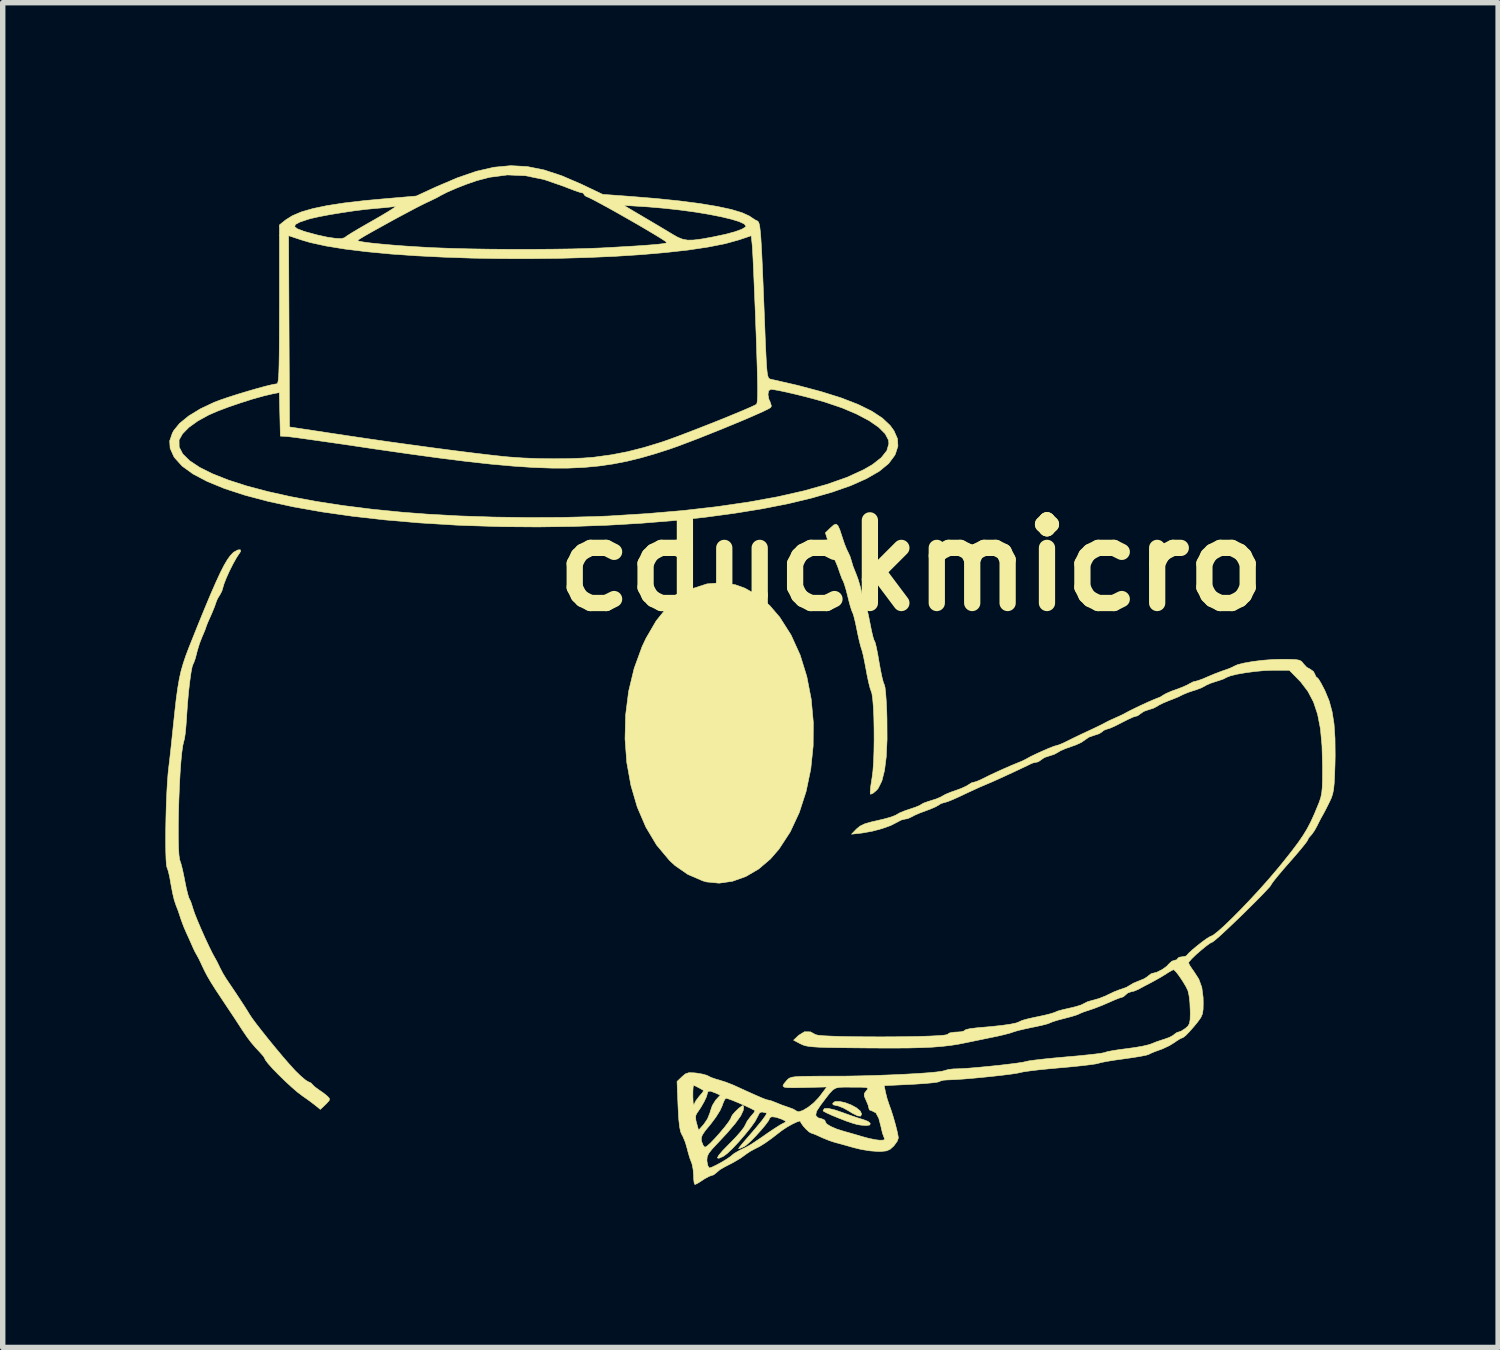
<source format=kicad_pcb>
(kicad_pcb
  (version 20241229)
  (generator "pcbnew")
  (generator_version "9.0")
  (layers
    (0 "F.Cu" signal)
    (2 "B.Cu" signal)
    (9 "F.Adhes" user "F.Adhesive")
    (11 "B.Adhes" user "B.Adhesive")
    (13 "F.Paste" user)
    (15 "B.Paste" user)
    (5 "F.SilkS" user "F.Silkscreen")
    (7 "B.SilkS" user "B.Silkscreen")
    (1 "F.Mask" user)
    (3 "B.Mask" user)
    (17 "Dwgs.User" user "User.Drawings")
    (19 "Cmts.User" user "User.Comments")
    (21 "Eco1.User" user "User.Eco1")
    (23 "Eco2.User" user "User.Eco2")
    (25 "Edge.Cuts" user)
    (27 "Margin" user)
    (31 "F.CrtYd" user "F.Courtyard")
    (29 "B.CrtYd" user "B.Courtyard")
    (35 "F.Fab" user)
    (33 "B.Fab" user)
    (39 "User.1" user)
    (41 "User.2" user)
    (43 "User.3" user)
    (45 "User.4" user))
  (footprint "cduckmicro"
    (layer "F.Cu")
    (at 13.753 7.38)
    (property "Reference" "cduckmicro" (at 0 0 0) (layer "F.SilkS") (effects (font (size 1.524 1.524) (thickness 0.3))))
    (attr through_hole)
    (fp_poly (pts (xy -1.217 9.904) (xy -1.107 9.946) (xy -1.009 9.999) (xy -0.939 10.059) (xy -0.914 10.114) (xy -0.932 10.152) (xy -0.987 10.147) (xy -1.085 10.098) (xy -1.151 10.057) (xy -1.253 10) (xy -1.345 9.964) (xy -1.383 9.957) (xy -1.441 9.942) (xy -1.447 9.914) (xy -1.404 9.882) (xy -1.322 9.881) (xy -1.217 9.904)) (stroke (width 0.01) (type solid)) (fill yes) (layer "F.SilkS"))
    (fp_poly (pts (xy -1.403 10.039) (xy -1.266 10.086) (xy -1.125 10.137) (xy -0.994 10.182) (xy -0.897 10.212) (xy -0.883 10.216) (xy -0.796 10.249) (xy -0.755 10.286) (xy -0.764 10.315) (xy -0.83 10.326) (xy -0.835 10.325) (xy -0.933 10.317) (xy -0.999 10.306) (xy -1.088 10.28) (xy -1.204 10.24) (xy -1.33 10.191) (xy -1.451 10.142) (xy -1.551 10.097) (xy -1.613 10.064) (xy -1.626 10.052) (xy -1.602 10.013) (xy -1.529 10.009) (xy -1.403 10.039)) (stroke (width 0.01) (type solid)) (fill yes) (layer "F.SilkS"))
    (fp_poly (pts (xy -3.246 0.352) (xy -3.067 0.416) (xy -2.823 0.555) (xy -2.611 0.734) (xy -2.424 0.952) (xy -2.215 1.281) (xy -2.048 1.649) (xy -1.925 2.046) (xy -1.844 2.463) (xy -1.805 2.893) (xy -1.808 3.325) (xy -1.852 3.752) (xy -1.938 4.164) (xy -2.064 4.553) (xy -2.231 4.911) (xy -2.438 5.228) (xy -2.595 5.409) (xy -2.812 5.594) (xy -3.049 5.733) (xy -3.296 5.821) (xy -3.543 5.856) (xy -3.776 5.833) (xy -3.844 5.813) (xy -4.12 5.694) (xy -4.358 5.529) (xy -4.457 5.437) (xy -4.695 5.153) (xy -4.893 4.822) (xy -5.052 4.452) (xy -5.169 4.052) (xy -5.245 3.63) (xy -5.277 3.195) (xy -5.266 2.755) (xy -5.211 2.319) (xy -5.109 1.895) (xy -4.962 1.492) (xy -4.889 1.338) (xy -4.703 1.019) (xy -4.494 0.761) (xy -4.258 0.558) (xy -4.011 0.416) (xy -3.766 0.337) (xy -3.504 0.316) (xy -3.246 0.352)) (stroke (width 0.01) (type solid)) (fill yes) (layer "F.SilkS"))
    (fp_poly (pts (xy -1.351 -0.737) (xy -1.316 -0.66) (xy -1.272 -0.525) (xy -1.267 -0.51) (xy -1.228 -0.394) (xy -1.188 -0.296) (xy -1.167 -0.254) (xy -1.128 -0.17) (xy -1.102 -0.086) (xy -1.073 0.011) (xy -1.028 0.125) (xy -1.017 0.151) (xy -0.976 0.262) (xy -0.935 0.403) (xy -0.913 0.5) (xy -0.888 0.609) (xy -0.865 0.685) (xy -0.848 0.711) (xy -0.832 0.742) (xy -0.809 0.826) (xy -0.782 0.949) (xy -0.762 1.05) (xy -0.734 1.191) (xy -0.708 1.304) (xy -0.687 1.373) (xy -0.678 1.389) (xy -0.664 1.42) (xy -0.643 1.505) (xy -0.618 1.63) (xy -0.594 1.77) (xy -0.566 1.926) (xy -0.538 2.06) (xy -0.513 2.156) (xy -0.496 2.196) (xy -0.483 2.244) (xy -0.471 2.35) (xy -0.46 2.501) (xy -0.451 2.686) (xy -0.447 2.822) (xy -0.445 3.204) (xy -0.46 3.522) (xy -0.492 3.777) (xy -0.541 3.971) (xy -0.608 4.106) (xy -0.64 4.144) (xy -0.703 4.197) (xy -0.747 4.216) (xy -0.754 4.212) (xy -0.756 4.167) (xy -0.747 4.073) (xy -0.728 3.949) (xy -0.722 3.912) (xy -0.706 3.787) (xy -0.694 3.621) (xy -0.687 3.426) (xy -0.684 3.215) (xy -0.685 3) (xy -0.689 2.793) (xy -0.698 2.609) (xy -0.71 2.459) (xy -0.725 2.356) (xy -0.737 2.32) (xy -0.759 2.258) (xy -0.787 2.147) (xy -0.816 2.008) (xy -0.83 1.93) (xy -0.858 1.783) (xy -0.884 1.655) (xy -0.907 1.566) (xy -0.915 1.541) (xy -0.935 1.477) (xy -0.962 1.368) (xy -0.992 1.232) (xy -1.001 1.185) (xy -1.029 1.051) (xy -1.056 0.941) (xy -1.077 0.874) (xy -1.083 0.864) (xy -1.102 0.816) (xy -1.131 0.721) (xy -1.163 0.598) (xy -1.168 0.576) (xy -1.2 0.45) (xy -1.23 0.349) (xy -1.251 0.292) (xy -1.253 0.288) (xy -1.279 0.236) (xy -1.311 0.148) (xy -1.321 0.119) (xy -1.357 0.015) (xy -1.393 -0.071) (xy -1.4 -0.085) (xy -1.429 -0.151) (xy -1.469 -0.258) (xy -1.51 -0.379) (xy -1.583 -0.605) (xy -1.484 -0.7) (xy -1.427 -0.75) (xy -1.385 -0.765) (xy -1.351 -0.737)) (stroke (width 0.01) (type solid)) (fill yes) (layer "F.SilkS"))
    (fp_poly (pts (xy -12.366 -0.262) (xy -12.387 -0.229) (xy -12.44 -0.149) (xy -12.507 -0.03) (xy -12.575 0.106) (xy -12.634 0.238) (xy -12.674 0.342) (xy -12.683 0.373) (xy -12.711 0.468) (xy -12.748 0.539) (xy -12.751 0.542) (xy -12.794 0.614) (xy -12.819 0.677) (xy -12.846 0.756) (xy -12.891 0.866) (xy -12.924 0.941) (xy -12.968 1.04) (xy -12.997 1.112) (xy -13.005 1.137) (xy -13.018 1.176) (xy -13.05 1.254) (xy -13.071 1.301) (xy -13.122 1.431) (xy -13.166 1.574) (xy -13.175 1.611) (xy -13.202 1.714) (xy -13.229 1.79) (xy -13.24 1.81) (xy -13.26 1.865) (xy -13.281 1.976) (xy -13.303 2.133) (xy -13.325 2.323) (xy -13.344 2.536) (xy -13.36 2.761) (xy -13.361 2.794) (xy -13.373 2.952) (xy -13.386 3.091) (xy -13.401 3.192) (xy -13.412 3.234) (xy -13.431 3.312) (xy -13.45 3.444) (xy -13.467 3.62) (xy -13.482 3.83) (xy -13.494 4.063) (xy -13.504 4.308) (xy -13.511 4.553) (xy -13.515 4.79) (xy -13.515 5.006) (xy -13.511 5.191) (xy -13.503 5.334) (xy -13.49 5.425) (xy -13.483 5.445) (xy -13.464 5.503) (xy -13.437 5.609) (xy -13.408 5.745) (xy -13.396 5.808) (xy -13.368 5.946) (xy -13.34 6.06) (xy -13.318 6.132) (xy -13.31 6.146) (xy -13.285 6.198) (xy -13.255 6.289) (xy -13.242 6.333) (xy -13.213 6.417) (xy -13.162 6.545) (xy -13.096 6.7) (xy -13.023 6.864) (xy -12.95 7.02) (xy -12.885 7.152) (xy -12.836 7.241) (xy -12.832 7.247) (xy -12.797 7.312) (xy -12.753 7.402) (xy -12.748 7.413) (xy -12.693 7.519) (xy -12.635 7.614) (xy -12.634 7.616) (xy -12.551 7.739) (xy -12.458 7.877) (xy -12.367 8.015) (xy -12.287 8.138) (xy -12.228 8.232) (xy -12.202 8.275) (xy -12.157 8.343) (xy -12.077 8.451) (xy -11.971 8.587) (xy -11.849 8.74) (xy -11.719 8.899) (xy -11.591 9.052) (xy -11.474 9.187) (xy -11.377 9.294) (xy -11.351 9.322) (xy -11.257 9.413) (xy -11.177 9.481) (xy -11.126 9.515) (xy -11.119 9.517) (xy -11.066 9.542) (xy -11.051 9.56) (xy -11.005 9.607) (xy -10.93 9.663) (xy -10.923 9.667) (xy -10.835 9.728) (xy -10.763 9.787) (xy -10.762 9.787) (xy -10.727 9.827) (xy -10.731 9.862) (xy -10.778 9.915) (xy -10.799 9.936) (xy -10.896 10.028) (xy -10.993 9.949) (xy -11.085 9.879) (xy -11.194 9.801) (xy -11.227 9.778) (xy -11.317 9.71) (xy -11.427 9.615) (xy -11.547 9.504) (xy -11.667 9.387) (xy -11.774 9.277) (xy -11.859 9.182) (xy -11.91 9.114) (xy -11.921 9.089) (xy -11.942 9.052) (xy -11.994 8.992) (xy -11.997 8.988) (xy -12.091 8.888) (xy -12.169 8.797) (xy -12.244 8.698) (xy -12.328 8.575) (xy -12.434 8.412) (xy -12.445 8.395) (xy -12.477 8.346) (xy -12.538 8.254) (xy -12.619 8.133) (xy -12.704 8.005) (xy -12.823 7.826) (xy -12.911 7.687) (xy -12.978 7.573) (xy -13.033 7.468) (xy -13.085 7.358) (xy -13.089 7.349) (xy -13.133 7.257) (xy -13.171 7.186) (xy -13.175 7.18) (xy -13.214 7.109) (xy -13.244 7.044) (xy -13.279 6.965) (xy -13.328 6.855) (xy -13.358 6.79) (xy -13.413 6.664) (xy -13.461 6.536) (xy -13.478 6.485) (xy -13.516 6.37) (xy -13.558 6.262) (xy -13.563 6.248) (xy -13.59 6.166) (xy -13.62 6.041) (xy -13.647 5.899) (xy -13.651 5.876) (xy -13.674 5.745) (xy -13.698 5.64) (xy -13.718 5.579) (xy -13.722 5.573) (xy -13.733 5.526) (xy -13.741 5.422) (xy -13.746 5.272) (xy -13.748 5.086) (xy -13.747 4.876) (xy -13.743 4.653) (xy -13.737 4.426) (xy -13.728 4.207) (xy -13.717 4.007) (xy -13.704 3.835) (xy -13.696 3.759) (xy -13.672 3.557) (xy -13.648 3.34) (xy -13.627 3.138) (xy -13.614 3.014) (xy -13.582 2.71) (xy -13.554 2.463) (xy -13.526 2.26) (xy -13.497 2.09) (xy -13.464 1.941) (xy -13.424 1.803) (xy -13.377 1.663) (xy -13.319 1.51) (xy -13.311 1.49) (xy -13.159 1.11) (xy -13.028 0.789) (xy -12.916 0.522) (xy -12.82 0.303) (xy -12.739 0.128) (xy -12.669 -0.009) (xy -12.608 -0.112) (xy -12.554 -0.186) (xy -12.505 -0.237) (xy -12.489 -0.25) (xy -12.417 -0.289) (xy -12.372 -0.292) (xy -12.366 -0.262)) (stroke (width 0.01) (type solid)) (fill yes) (layer "F.SilkS"))
    (fp_poly (pts (xy -7.082 -7.359) (xy -6.773 -7.297) (xy -6.447 -7.19) (xy -6.093 -7.038) (xy -6.072 -7.028) (xy -5.69 -6.846) (xy -5.173 -6.808) (xy -4.699 -6.769) (xy -4.273 -6.725) (xy -3.9 -6.677) (xy -3.581 -6.624) (xy -3.32 -6.568) (xy -3.12 -6.508) (xy -2.984 -6.446) (xy -2.946 -6.42) (xy -2.874 -6.373) (xy -2.841 -6.358) (xy -2.827 -6.349) (xy -2.814 -6.331) (xy -2.802 -6.297) (xy -2.792 -6.243) (xy -2.783 -6.163) (xy -2.773 -6.051) (xy -2.764 -5.903) (xy -2.754 -5.713) (xy -2.743 -5.476) (xy -2.731 -5.186) (xy -2.717 -4.838) (xy -2.704 -4.512) (xy -2.693 -4.216) (xy -2.683 -3.982) (xy -2.674 -3.8) (xy -2.666 -3.665) (xy -2.657 -3.57) (xy -2.647 -3.507) (xy -2.635 -3.469) (xy -2.62 -3.449) (xy -2.602 -3.44) (xy -2.593 -3.438) (xy -2.095 -3.324) (xy -1.662 -3.209) (xy -1.292 -3.093) (xy -0.982 -2.973) (xy -0.729 -2.849) (xy -0.532 -2.72) (xy -0.388 -2.584) (xy -0.318 -2.487) (xy -0.253 -2.34) (xy -0.245 -2.204) (xy -0.292 -2.057) (xy -0.306 -2.03) (xy -0.416 -1.882) (xy -0.589 -1.74) (xy -0.823 -1.605) (xy -1.112 -1.476) (xy -1.454 -1.356) (xy -1.844 -1.244) (xy -2.278 -1.14) (xy -2.752 -1.047) (xy -3.264 -0.964) (xy -3.808 -0.891) (xy -4.381 -0.83) (xy -4.979 -0.781) (xy -5.598 -0.745) (xy -6.235 -0.722) (xy -6.885 -0.713) (xy -7.544 -0.718) (xy -8.21 -0.739) (xy -8.399 -0.747) (xy -9.069 -0.788) (xy -9.706 -0.843) (xy -10.307 -0.911) (xy -10.869 -0.991) (xy -11.389 -1.083) (xy -11.863 -1.186) (xy -12.289 -1.299) (xy -12.663 -1.421) (xy -12.982 -1.552) (xy -13.244 -1.69) (xy -13.445 -1.836) (xy -13.582 -1.988) (xy -13.601 -2.018) (xy -13.666 -2.165) (xy -13.674 -2.301) (xy -13.669 -2.313) (xy -13.501 -2.313) (xy -13.499 -2.186) (xy -13.433 -2.059) (xy -13.306 -1.934) (xy -13.121 -1.811) (xy -12.882 -1.692) (xy -12.59 -1.577) (xy -12.251 -1.468) (xy -11.866 -1.366) (xy -11.44 -1.271) (xy -10.975 -1.184) (xy -10.475 -1.107) (xy -9.944 -1.04) (xy -9.383 -0.984) (xy -8.924 -0.949) (xy -8.33 -0.916) (xy -7.702 -0.895) (xy -7.063 -0.886) (xy -6.434 -0.889) (xy -5.838 -0.904) (xy -5.571 -0.915) (xy -4.866 -0.959) (xy -4.199 -1.016) (xy -3.573 -1.088) (xy -2.992 -1.173) (xy -2.459 -1.27) (xy -1.978 -1.379) (xy -1.551 -1.499) (xy -1.182 -1.629) (xy -0.875 -1.77) (xy -0.714 -1.863) (xy -0.551 -1.991) (xy -0.449 -2.12) (xy -0.412 -2.248) (xy -0.419 -2.315) (xy -0.48 -2.431) (xy -0.601 -2.552) (xy -0.778 -2.674) (xy -1.003 -2.793) (xy -1.27 -2.907) (xy -1.574 -3.01) (xy -1.575 -3.011) (xy -1.741 -3.059) (xy -1.925 -3.108) (xy -2.112 -3.155) (xy -2.288 -3.196) (xy -2.438 -3.228) (xy -2.547 -3.247) (xy -2.59 -3.251) (xy -2.629 -3.224) (xy -2.641 -3.156) (xy -2.626 -3.071) (xy -2.6 -3.015) (xy -2.578 -2.943) (xy -2.593 -2.914) (xy -2.639 -2.887) (xy -2.738 -2.839) (xy -2.882 -2.775) (xy -3.059 -2.698) (xy -3.261 -2.614) (xy -3.479 -2.524) (xy -3.701 -2.435) (xy -3.919 -2.348) (xy -4.124 -2.27) (xy -4.304 -2.202) (xy -4.451 -2.15) (xy -4.721 -2.063) (xy -4.982 -1.988) (xy -5.238 -1.925) (xy -5.494 -1.875) (xy -5.757 -1.837) (xy -6.031 -1.811) (xy -6.321 -1.798) (xy -6.633 -1.798) (xy -6.973 -1.81) (xy -7.345 -1.835) (xy -7.755 -1.872) (xy -8.208 -1.922) (xy -8.709 -1.985) (xy -9.264 -2.061) (xy -9.878 -2.149) (xy -10.14 -2.188) (xy -10.428 -2.231) (xy -10.699 -2.27) (xy -10.945 -2.305) (xy -11.158 -2.335) (xy -11.328 -2.359) (xy -11.449 -2.374) (xy -11.511 -2.381) (xy -11.512 -2.381) (xy -11.633 -2.388) (xy -11.652 -3.191) (xy -11.778 -3.167) (xy -11.94 -3.129) (xy -12.144 -3.072) (xy -12.367 -3.001) (xy -12.59 -2.925) (xy -12.791 -2.849) (xy -12.95 -2.78) (xy -12.954 -2.778) (xy -13.156 -2.667) (xy -13.32 -2.549) (xy -13.437 -2.43) (xy -13.499 -2.32) (xy -13.501 -2.313) (xy -13.669 -2.313) (xy -13.624 -2.445) (xy -13.598 -2.492) (xy -13.49 -2.624) (xy -13.324 -2.759) (xy -13.11 -2.89) (xy -12.857 -3.01) (xy -12.855 -3.011) (xy -12.744 -3.053) (xy -12.595 -3.104) (xy -12.423 -3.159) (xy -12.241 -3.214) (xy -12.065 -3.265) (xy -11.907 -3.308) (xy -11.782 -3.338) (xy -11.704 -3.352) (xy -11.695 -3.353) (xy -11.684 -3.364) (xy -11.675 -3.399) (xy -11.667 -3.465) (xy -11.661 -3.566) (xy -11.657 -3.709) (xy -11.654 -3.897) (xy -11.652 -4.137) (xy -11.651 -4.434) (xy -11.65 -4.793) (xy -11.65 -4.818) (xy -11.65 -6.084) (xy -11.481 -6.084) (xy -11.473 -4.321) (xy -11.464 -2.557) (xy -10.414 -2.398) (xy -10.015 -2.339) (xy -9.607 -2.28) (xy -9.201 -2.224) (xy -8.805 -2.17) (xy -8.431 -2.121) (xy -8.088 -2.078) (xy -7.786 -2.042) (xy -7.535 -2.014) (xy -7.417 -2.003) (xy -7.165 -1.985) (xy -6.883 -1.974) (xy -6.591 -1.97) (xy -6.308 -1.973) (xy -6.053 -1.983) (xy -5.845 -1.999) (xy -5.843 -2) (xy -5.528 -2.043) (xy -5.233 -2.1) (xy -4.93 -2.177) (xy -4.608 -2.275) (xy -4.481 -2.319) (xy -4.314 -2.38) (xy -4.119 -2.454) (xy -3.907 -2.536) (xy -3.688 -2.622) (xy -3.474 -2.707) (xy -3.275 -2.789) (xy -3.101 -2.861) (xy -2.965 -2.92) (xy -2.876 -2.962) (xy -2.855 -2.974) (xy -2.844 -2.995) (xy -2.837 -3.045) (xy -2.833 -3.132) (xy -2.832 -3.259) (xy -2.835 -3.431) (xy -2.84 -3.655) (xy -2.849 -3.934) (xy -2.86 -4.275) (xy -2.864 -4.37) (xy -2.875 -4.675) (xy -2.887 -4.966) (xy -2.898 -5.232) (xy -2.908 -5.467) (xy -2.917 -5.662) (xy -2.925 -5.808) (xy -2.931 -5.898) (xy -2.932 -5.912) (xy -2.95 -6.083) (xy -3.177 -6.007) (xy -3.432 -5.936) (xy -3.748 -5.874) (xy -4.116 -5.819) (xy -4.531 -5.773) (xy -4.983 -5.734) (xy -5.467 -5.703) (xy -5.975 -5.681) (xy -6.5 -5.666) (xy -7.034 -5.66) (xy -7.571 -5.661) (xy -8.103 -5.67) (xy -8.623 -5.688) (xy -9.123 -5.713) (xy -9.598 -5.746) (xy -10.039 -5.788) (xy -10.439 -5.837) (xy -10.791 -5.894) (xy -11.088 -5.959) (xy -11.211 -5.996) (xy -10.21 -5.996) (xy -10.185 -5.983) (xy -10.101 -5.967) (xy -9.966 -5.949) (xy -9.789 -5.931) (xy -9.58 -5.912) (xy -9.346 -5.894) (xy -9.096 -5.878) (xy -8.838 -5.863) (xy -8.785 -5.861) (xy -8.489 -5.85) (xy -8.146 -5.841) (xy -7.773 -5.835) (xy -7.383 -5.832) (xy -6.99 -5.832) (xy -6.609 -5.835) (xy -6.254 -5.84) (xy -5.94 -5.849) (xy -5.707 -5.858) (xy -5.353 -5.878) (xy -5.066 -5.895) (xy -4.84 -5.911) (xy -4.674 -5.925) (xy -4.566 -5.938) (xy -4.512 -5.95) (xy -4.505 -5.956) (xy -4.533 -5.981) (xy -4.611 -6.032) (xy -4.729 -6.104) (xy -4.878 -6.193) (xy -5.047 -6.292) (xy -5.227 -6.395) (xy -5.408 -6.498) (xy -5.581 -6.595) (xy -5.669 -6.643) (xy -5.3 -6.643) (xy -4.945 -6.433) (xy -4.784 -6.338) (xy -4.624 -6.243) (xy -4.485 -6.16) (xy -4.403 -6.11) (xy -4.304 -6.054) (xy -4.216 -6.019) (xy -4.123 -6.002) (xy -4.01 -6.004) (xy -3.862 -6.023) (xy -3.664 -6.059) (xy -3.645 -6.063) (xy -3.422 -6.11) (xy -3.246 -6.158) (xy -3.123 -6.203) (xy -3.057 -6.243) (xy -3.048 -6.262) (xy -3.08 -6.301) (xy -3.173 -6.344) (xy -3.317 -6.388) (xy -3.504 -6.433) (xy -3.728 -6.477) (xy -3.98 -6.519) (xy -4.253 -6.556) (xy -4.538 -6.588) (xy -4.827 -6.613) (xy -4.945 -6.621) (xy -5.3 -6.643) (xy -5.669 -6.643) (xy -5.736 -6.679) (xy -5.863 -6.747) (xy -5.952 -6.791) (xy -5.994 -6.807) (xy -5.994 -6.807) (xy -6.027 -6.833) (xy -6.028 -6.841) (xy -6.055 -6.872) (xy -6.072 -6.875) (xy -6.121 -6.887) (xy -6.216 -6.92) (xy -6.34 -6.967) (xy -6.405 -6.993) (xy -6.772 -7.12) (xy -7.116 -7.19) (xy -7.446 -7.204) (xy -7.775 -7.161) (xy -8.015 -7.098) (xy -8.204 -7.032) (xy -8.393 -6.958) (xy -8.56 -6.885) (xy -8.687 -6.82) (xy -8.704 -6.809) (xy -8.762 -6.778) (xy -8.857 -6.732) (xy -8.924 -6.701) (xy -9.012 -6.658) (xy -9.138 -6.594) (xy -9.29 -6.513) (xy -9.459 -6.423) (xy -9.633 -6.328) (xy -9.801 -6.235) (xy -9.954 -6.15) (xy -10.08 -6.078) (xy -10.168 -6.025) (xy -10.209 -5.997) (xy -10.21 -5.996) (xy -11.211 -5.996) (xy -11.252 -6.008) (xy -11.481 -6.084) (xy -11.65 -6.084) (xy -11.65 -6.251) (xy -11.37 -6.251) (xy -11.32 -6.211) (xy -11.205 -6.167) (xy -11.152 -6.151) (xy -10.952 -6.097) (xy -10.77 -6.057) (xy -10.619 -6.035) (xy -10.508 -6.03) (xy -10.45 -6.046) (xy -10.448 -6.048) (xy -10.408 -6.078) (xy -10.32 -6.134) (xy -10.193 -6.21) (xy -10.039 -6.299) (xy -9.923 -6.365) (xy -9.767 -6.455) (xy -9.642 -6.53) (xy -9.554 -6.586) (xy -9.512 -6.618) (xy -9.517 -6.624) (xy -9.59 -6.614) (xy -9.709 -6.601) (xy -9.848 -6.589) (xy -9.872 -6.587) (xy -10.059 -6.569) (xy -10.274 -6.542) (xy -10.501 -6.508) (xy -10.721 -6.472) (xy -10.917 -6.435) (xy -11.072 -6.4) (xy -11.125 -6.385) (xy -11.273 -6.335) (xy -11.355 -6.291) (xy -11.37 -6.251) (xy -11.65 -6.251) (xy -11.65 -6.282) (xy -11.536 -6.374) (xy -11.412 -6.452) (xy -11.247 -6.522) (xy -11.036 -6.583) (xy -10.774 -6.638) (xy -10.458 -6.687) (xy -10.081 -6.731) (xy -9.754 -6.761) (xy -9.127 -6.815) (xy -8.765 -6.982) (xy -8.374 -7.149) (xy -8.021 -7.271) (xy -7.695 -7.346) (xy -7.386 -7.375) (xy -7.082 -7.359)) (stroke (width 0.01) (type solid)) (fill yes) (layer "F.SilkS"))
    (fp_poly (pts (xy 6.984 1.728) (xy 7.09 1.733) (xy 7.155 1.744) (xy 7.195 1.764) (xy 7.224 1.797) (xy 7.231 1.808) (xy 7.294 1.875) (xy 7.353 1.907) (xy 7.417 1.952) (xy 7.44 1.996) (xy 7.466 2.052) (xy 7.486 2.066) (xy 7.513 2.094) (xy 7.558 2.17) (xy 7.615 2.278) (xy 7.632 2.313) (xy 7.707 2.494) (xy 7.761 2.693) (xy 7.797 2.92) (xy 7.815 3.186) (xy 7.818 3.502) (xy 7.815 3.665) (xy 7.808 3.868) (xy 7.8 4.016) (xy 7.789 4.126) (xy 7.772 4.21) (xy 7.748 4.283) (xy 7.713 4.359) (xy 7.708 4.369) (xy 7.654 4.477) (xy 7.608 4.565) (xy 7.585 4.606) (xy 7.551 4.667) (xy 7.504 4.759) (xy 7.487 4.795) (xy 7.434 4.89) (xy 7.383 4.962) (xy 7.368 4.977) (xy 7.324 5.028) (xy 7.315 5.054) (xy 7.294 5.09) (xy 7.235 5.166) (xy 7.146 5.274) (xy 7.036 5.402) (xy 6.977 5.469) (xy 6.858 5.605) (xy 6.758 5.724) (xy 6.684 5.816) (xy 6.643 5.873) (xy 6.638 5.884) (xy 6.615 5.918) (xy 6.55 5.989) (xy 6.454 6.09) (xy 6.333 6.212) (xy 6.198 6.346) (xy 6.057 6.484) (xy 5.917 6.618) (xy 5.789 6.739) (xy 5.68 6.839) (xy 5.599 6.909) (xy 5.556 6.942) (xy 5.552 6.943) (xy 5.509 6.964) (xy 5.434 7.019) (xy 5.343 7.094) (xy 5.25 7.175) (xy 5.172 7.251) (xy 5.123 7.306) (xy 5.114 7.324) (xy 5.133 7.368) (xy 5.182 7.442) (xy 5.21 7.48) (xy 5.303 7.624) (xy 5.359 7.778) (xy 5.383 7.964) (xy 5.385 8.064) (xy 5.383 8.181) (xy 5.371 8.264) (xy 5.341 8.334) (xy 5.283 8.415) (xy 5.214 8.499) (xy 5.13 8.595) (xy 5.059 8.668) (xy 5.014 8.702) (xy 5.009 8.704) (xy 4.962 8.723) (xy 4.887 8.77) (xy 4.862 8.789) (xy 4.76 8.852) (xy 4.634 8.911) (xy 4.585 8.929) (xy 4.483 8.966) (xy 4.406 8.999) (xy 4.384 9.012) (xy 4.338 9.027) (xy 4.239 9.047) (xy 4.102 9.07) (xy 3.939 9.093) (xy 3.927 9.095) (xy 3.761 9.118) (xy 3.617 9.141) (xy 3.509 9.162) (xy 3.453 9.177) (xy 3.451 9.178) (xy 3.402 9.189) (xy 3.297 9.204) (xy 3.146 9.222) (xy 2.963 9.241) (xy 2.757 9.26) (xy 2.74 9.261) (xy 2.532 9.28) (xy 2.344 9.299) (xy 2.188 9.318) (xy 2.075 9.334) (xy 2.017 9.346) (xy 2.015 9.347) (xy 1.96 9.359) (xy 1.85 9.376) (xy 1.7 9.395) (xy 1.523 9.415) (xy 1.332 9.435) (xy 1.141 9.453) (xy 0.964 9.468) (xy 0.813 9.478) (xy 0.702 9.483) (xy 0.688 9.483) (xy 0.596 9.489) (xy 0.536 9.505) (xy 0.528 9.512) (xy 0.489 9.524) (xy 0.395 9.537) (xy 0.258 9.55) (xy 0.091 9.561) (xy 0.006 9.566) (xy -0.498 9.59) (xy -0.473 9.714) (xy -0.444 9.83) (xy -0.408 9.938) (xy -0.407 9.94) (xy -0.372 10.038) (xy -0.331 10.166) (xy -0.292 10.303) (xy -0.26 10.429) (xy -0.241 10.523) (xy -0.237 10.556) (xy -0.259 10.617) (xy -0.314 10.693) (xy -0.328 10.708) (xy -0.39 10.764) (xy -0.457 10.793) (xy -0.554 10.803) (xy -0.616 10.803) (xy -0.754 10.793) (xy -0.918 10.767) (xy -1.059 10.733) (xy -1.196 10.694) (xy -1.322 10.659) (xy -1.41 10.636) (xy -1.412 10.635) (xy -1.51 10.603) (xy -1.628 10.555) (xy -1.668 10.537) (xy -1.76 10.495) (xy -1.827 10.469) (xy -1.844 10.465) (xy -1.885 10.442) (xy -1.944 10.387) (xy -2.001 10.322) (xy -2.036 10.269) (xy -2.039 10.253) (xy -2.057 10.242) (xy -2.116 10.262) (xy -2.201 10.303) (xy -2.298 10.358) (xy -2.389 10.419) (xy -2.412 10.437) (xy -2.571 10.56) (xy -2.694 10.648) (xy -2.795 10.711) (xy -2.877 10.752) (xy -2.972 10.803) (xy -3.047 10.854) (xy -3.053 10.859) (xy -3.146 10.926) (xy -3.288 11.01) (xy -3.44 11.088) (xy -3.526 11.138) (xy -3.588 11.19) (xy -3.588 11.191) (xy -3.644 11.235) (xy -3.674 11.244) (xy -3.726 11.262) (xy -3.807 11.306) (xy -3.841 11.328) (xy -3.921 11.38) (xy -3.978 11.41) (xy -3.989 11.413) (xy -4.003 11.382) (xy -4.012 11.305) (xy -4.013 11.249) (xy -4.022 11.132) (xy -4.042 11.032) (xy -4.053 11.003) (xy -4.084 10.922) (xy -4.117 10.808) (xy -4.131 10.753) (xy -4.165 10.635) (xy -4.198 10.555) (xy -3.871 10.555) (xy -3.868 10.608) (xy -3.865 10.62) (xy -3.836 10.692) (xy -3.805 10.726) (xy -3.768 10.707) (xy -3.701 10.648) (xy -3.617 10.56) (xy -3.526 10.458) (xy -3.439 10.354) (xy -3.369 10.262) (xy -3.326 10.194) (xy -3.319 10.17) (xy -3.296 10.128) (xy -3.24 10.065) (xy -3.174 10.003) (xy -3.118 9.962) (xy -3.102 9.957) (xy -3.089 9.985) (xy -3.097 10.046) (xy -3.143 10.145) (xy -3.242 10.283) (xy -3.393 10.461) (xy -3.573 10.654) (xy -3.673 10.761) (xy -3.732 10.836) (xy -3.761 10.896) (xy -3.767 10.956) (xy -3.766 10.987) (xy -3.75 11.066) (xy -3.724 11.107) (xy -3.719 11.108) (xy -3.672 11.092) (xy -3.587 11.051) (xy -3.502 11.005) (xy -3.403 10.945) (xy -3.33 10.895) (xy -3.301 10.87) (xy -3.261 10.838) (xy -3.182 10.793) (xy -3.14 10.771) (xy -3.066 10.736) (xy -3.004 10.703) (xy -2.938 10.664) (xy -2.856 10.609) (xy -2.741 10.531) (xy -2.644 10.463) (xy -2.529 10.386) (xy -2.429 10.322) (xy -2.361 10.284) (xy -2.354 10.281) (xy -2.314 10.26) (xy -2.325 10.239) (xy -2.388 10.208) (xy -2.49 10.173) (xy -2.568 10.163) (xy -2.606 10.18) (xy -2.608 10.187) (xy -2.63 10.235) (xy -2.689 10.315) (xy -2.772 10.414) (xy -2.866 10.518) (xy -2.958 10.612) (xy -3.037 10.683) (xy -3.08 10.713) (xy -3.149 10.743) (xy -3.183 10.752) (xy -3.183 10.75) (xy -3.163 10.72) (xy -3.108 10.653) (xy -3.031 10.563) (xy -3.023 10.554) (xy -2.867 10.373) (xy -2.754 10.236) (xy -2.687 10.144) (xy -2.683 10.137) (xy -1.761 10.137) (xy -1.72 10.182) (xy -1.649 10.201) (xy -1.594 10.226) (xy -1.584 10.255) (xy -1.56 10.295) (xy -1.484 10.342) (xy -1.371 10.391) (xy -1.236 10.433) (xy -1.15 10.457) (xy -1.028 10.492) (xy -0.914 10.526) (xy -0.782 10.562) (xy -0.659 10.587) (xy -0.583 10.596) (xy -0.51 10.594) (xy -0.49 10.574) (xy -0.502 10.541) (xy -0.529 10.469) (xy -0.553 10.369) (xy -0.556 10.352) (xy -0.598 10.191) (xy -0.651 10.092) (xy -0.716 10.058) (xy -0.717 10.058) (xy -0.769 10.038) (xy -0.779 10.013) (xy -0.793 9.953) (xy -0.828 9.869) (xy -0.833 9.858) (xy -0.866 9.782) (xy -0.865 9.734) (xy -0.828 9.684) (xy -0.828 9.684) (xy -0.803 9.654) (xy -0.802 9.634) (xy -0.835 9.624) (xy -0.913 9.619) (xy -1.045 9.618) (xy -1.093 9.618) (xy -1.226 9.617) (xy -1.32 9.62) (xy -1.388 9.634) (xy -1.445 9.668) (xy -1.504 9.73) (xy -1.581 9.829) (xy -1.676 9.956) (xy -1.746 10.063) (xy -1.761 10.137) (xy -2.683 10.137) (xy -2.665 10.098) (xy -2.671 10.092) (xy -2.731 10.081) (xy -2.75 10.074) (xy -2.795 10.09) (xy -2.837 10.169) (xy -2.838 10.171) (xy -2.882 10.253) (xy -2.963 10.366) (xy -3.068 10.496) (xy -3.183 10.629) (xy -3.296 10.749) (xy -3.396 10.843) (xy -3.466 10.894) (xy -3.546 10.929) (xy -3.574 10.922) (xy -3.55 10.875) (xy -3.474 10.786) (xy -3.346 10.655) (xy -3.344 10.654) (xy -3.235 10.541) (xy -3.144 10.438) (xy -3.083 10.358) (xy -3.064 10.323) (xy -3.025 10.245) (xy -2.961 10.16) (xy -2.954 10.152) (xy -2.901 10.09) (xy -2.88 10.053) (xy -2.881 10.05) (xy -2.956 10.01) (xy -3.063 9.96) (xy -3.181 9.908) (xy -3.293 9.862) (xy -3.379 9.831) (xy -3.417 9.821) (xy -3.442 9.851) (xy -3.474 9.924) (xy -3.485 9.959) (xy -3.527 10.051) (xy -3.601 10.169) (xy -3.692 10.291) (xy -3.708 10.311) (xy -3.799 10.421) (xy -3.851 10.498) (xy -3.871 10.555) (xy -4.198 10.555) (xy -4.207 10.532) (xy -4.226 10.499) (xy -4.252 10.441) (xy -4.271 10.35) (xy -4.286 10.214) (xy -4.29 10.148) (xy -3.976 10.148) (xy -3.971 10.228) (xy -3.958 10.279) (xy -3.921 10.412) (xy -3.825 10.304) (xy -3.756 10.202) (xy -3.71 10.088) (xy -3.706 10.068) (xy -3.668 9.957) (xy -3.607 9.859) (xy -3.602 9.853) (xy -3.521 9.765) (xy -3.608 9.726) (xy -3.7 9.691) (xy -3.747 9.696) (xy -3.759 9.735) (xy -3.776 9.795) (xy -3.82 9.888) (xy -3.878 9.989) (xy -3.937 10.077) (xy -3.95 10.094) (xy -3.976 10.148) (xy -4.29 10.148) (xy -4.297 10.025) (xy -4.3 9.963) (xy -4.307 9.796) (xy -4.026 9.796) (xy -4.022 9.893) (xy -4.015 9.945) (xy -4.006 9.94) (xy -4.006 9.94) (xy -3.972 9.87) (xy -3.911 9.789) (xy -3.902 9.779) (xy -3.85 9.718) (xy -3.828 9.681) (xy -3.829 9.678) (xy -3.908 9.633) (xy -3.978 9.597) (xy -4.013 9.584) (xy -4.021 9.615) (xy -4.026 9.695) (xy -4.026 9.796) (xy -4.307 9.796) (xy -4.318 9.513) (xy -4.226 9.425) (xy -4.164 9.373) (xy -4.101 9.351) (xy -4.011 9.353) (xy -3.96 9.358) (xy -3.853 9.376) (xy -3.772 9.398) (xy -3.747 9.41) (xy -3.692 9.438) (xy -3.6 9.47) (xy -3.556 9.482) (xy -3.425 9.523) (xy -3.293 9.574) (xy -3.268 9.585) (xy -3.047 9.686) (xy -2.88 9.761) (xy -2.761 9.813) (xy -2.685 9.843) (xy -2.643 9.855) (xy -2.638 9.855) (xy -2.584 9.868) (xy -2.502 9.9) (xy -2.494 9.903) (xy -2.386 9.947) (xy -2.268 9.988) (xy -2.261 9.99) (xy -2.175 10.022) (xy -2.122 10.053) (xy -2.116 10.059) (xy -2.073 10.072) (xy -1.996 10.046) (xy -1.901 9.989) (xy -1.801 9.91) (xy -1.711 9.817) (xy -1.688 9.789) (xy -1.556 9.614) (xy -1.977 9.625) (xy -2.157 9.628) (xy -2.276 9.627) (xy -2.343 9.617) (xy -2.365 9.595) (xy -2.349 9.559) (xy -2.304 9.504) (xy -2.292 9.491) (xy -2.268 9.466) (xy -2.239 9.448) (xy -2.197 9.434) (xy -2.132 9.425) (xy -2.036 9.419) (xy -1.899 9.417) (xy -1.712 9.415) (xy -1.476 9.415) (xy -1.208 9.414) (xy -0.928 9.409) (xy -0.647 9.401) (xy -0.373 9.391) (xy -0.114 9.379) (xy 0.119 9.366) (xy 0.318 9.352) (xy 0.475 9.337) (xy 0.579 9.322) (xy 0.618 9.311) (xy 0.688 9.291) (xy 0.79 9.28) (xy 0.821 9.28) (xy 0.923 9.276) (xy 1.068 9.267) (xy 1.242 9.252) (xy 1.43 9.234) (xy 1.619 9.215) (xy 1.797 9.194) (xy 1.947 9.175) (xy 2.059 9.158) (xy 2.116 9.145) (xy 2.117 9.145) (xy 2.17 9.133) (xy 2.28 9.118) (xy 2.434 9.1) (xy 2.621 9.081) (xy 2.83 9.062) (xy 2.861 9.059) (xy 3.07 9.041) (xy 3.256 9.022) (xy 3.408 9.005) (xy 3.516 8.99) (xy 3.57 8.979) (xy 3.573 8.977) (xy 3.619 8.962) (xy 3.717 8.944) (xy 3.85 8.923) (xy 3.962 8.909) (xy 4.122 8.887) (xy 4.267 8.862) (xy 4.376 8.836) (xy 4.42 8.822) (xy 4.52 8.782) (xy 4.639 8.742) (xy 4.666 8.734) (xy 4.763 8.699) (xy 4.834 8.66) (xy 4.847 8.647) (xy 4.902 8.608) (xy 4.927 8.602) (xy 4.981 8.583) (xy 5.054 8.535) (xy 5.059 8.532) (xy 5.104 8.491) (xy 5.13 8.445) (xy 5.143 8.375) (xy 5.146 8.264) (xy 5.145 8.202) (xy 5.139 8.06) (xy 5.124 7.932) (xy 5.104 7.843) (xy 5.103 7.838) (xy 5.065 7.76) (xy 5.008 7.665) (xy 4.944 7.57) (xy 4.886 7.494) (xy 4.845 7.454) (xy 4.839 7.451) (xy 4.8 7.468) (xy 4.729 7.51) (xy 4.704 7.527) (xy 4.603 7.589) (xy 4.48 7.658) (xy 4.425 7.688) (xy 4.317 7.744) (xy 4.224 7.794) (xy 4.188 7.814) (xy 4.109 7.847) (xy 4.06 7.857) (xy 3.993 7.881) (xy 3.962 7.908) (xy 3.913 7.95) (xy 3.889 7.959) (xy 3.844 7.972) (xy 3.757 8.006) (xy 3.648 8.054) (xy 3.511 8.113) (xy 3.373 8.166) (xy 3.285 8.196) (xy 3.187 8.228) (xy 3.115 8.257) (xy 3.099 8.266) (xy 3.051 8.286) (xy 2.957 8.315) (xy 2.836 8.347) (xy 2.828 8.349) (xy 2.706 8.381) (xy 2.61 8.411) (xy 2.558 8.432) (xy 2.557 8.433) (xy 2.51 8.451) (xy 2.414 8.476) (xy 2.287 8.504) (xy 2.235 8.514) (xy 2.095 8.544) (xy 1.975 8.572) (xy 1.894 8.596) (xy 1.88 8.601) (xy 1.815 8.623) (xy 1.706 8.651) (xy 1.572 8.682) (xy 1.541 8.688) (xy 1.371 8.723) (xy 1.187 8.761) (xy 1.033 8.793) (xy 0.877 8.824) (xy 0.725 8.848) (xy 0.566 8.866) (xy 0.392 8.88) (xy 0.191 8.889) (xy -0.044 8.895) (xy -0.324 8.897) (xy -0.658 8.896) (xy -0.813 8.895) (xy -1.117 8.892) (xy -1.361 8.889) (xy -1.553 8.886) (xy -1.701 8.881) (xy -1.811 8.874) (xy -1.892 8.865) (xy -1.951 8.854) (xy -1.997 8.839) (xy -2.036 8.821) (xy -2.041 8.819) (xy -2.169 8.751) (xy -2.074 8.661) (xy -1.968 8.596) (xy -1.857 8.598) (xy -1.764 8.649) (xy -1.718 8.66) (xy -1.614 8.67) (xy -1.463 8.677) (xy -1.274 8.683) (xy -1.056 8.687) (xy -0.819 8.689) (xy -0.571 8.69) (xy -0.322 8.689) (xy -0.082 8.686) (xy 0.14 8.682) (xy 0.335 8.676) (xy 0.493 8.668) (xy 0.606 8.659) (xy 0.664 8.649) (xy 0.669 8.644) (xy 0.711 8.617) (xy 0.802 8.603) (xy 0.833 8.602) (xy 0.922 8.596) (xy 0.976 8.581) (xy 0.982 8.572) (xy 1.013 8.555) (xy 1.094 8.537) (xy 1.208 8.524) (xy 1.211 8.523) (xy 1.476 8.5) (xy 1.68 8.478) (xy 1.831 8.456) (xy 1.936 8.434) (xy 2 8.409) (xy 2.015 8.4) (xy 2.062 8.382) (xy 2.158 8.356) (xy 2.285 8.328) (xy 2.335 8.318) (xy 2.469 8.289) (xy 2.579 8.261) (xy 2.646 8.239) (xy 2.656 8.234) (xy 2.706 8.213) (xy 2.802 8.187) (xy 2.913 8.162) (xy 3.034 8.133) (xy 3.133 8.102) (xy 3.183 8.077) (xy 3.25 8.043) (xy 3.346 8.015) (xy 3.358 8.013) (xy 3.466 7.982) (xy 3.589 7.933) (xy 3.629 7.913) (xy 3.74 7.86) (xy 3.846 7.819) (xy 3.878 7.809) (xy 3.968 7.777) (xy 4.03 7.74) (xy 4.096 7.701) (xy 4.19 7.662) (xy 4.205 7.656) (xy 4.298 7.618) (xy 4.364 7.574) (xy 4.37 7.567) (xy 4.425 7.526) (xy 4.452 7.518) (xy 4.531 7.498) (xy 4.629 7.448) (xy 4.715 7.386) (xy 4.751 7.346) (xy 4.808 7.294) (xy 4.851 7.281) (xy 4.902 7.265) (xy 4.911 7.247) (xy 4.94 7.222) (xy 4.993 7.214) (xy 5.06 7.203) (xy 5.086 7.183) (xy 5.118 7.146) (xy 5.187 7.083) (xy 5.277 7.008) (xy 5.372 6.934) (xy 5.454 6.875) (xy 5.507 6.843) (xy 5.514 6.841) (xy 5.566 6.816) (xy 5.655 6.747) (xy 5.774 6.641) (xy 5.917 6.503) (xy 6.077 6.342) (xy 6.247 6.164) (xy 6.421 5.976) (xy 6.591 5.785) (xy 6.75 5.598) (xy 6.856 5.469) (xy 7.011 5.274) (xy 7.131 5.115) (xy 7.224 4.98) (xy 7.301 4.854) (xy 7.369 4.724) (xy 7.437 4.574) (xy 7.487 4.453) (xy 7.525 4.36) (xy 7.552 4.279) (xy 7.569 4.198) (xy 7.579 4.1) (xy 7.584 3.971) (xy 7.585 3.796) (xy 7.585 3.691) (xy 7.575 3.321) (xy 7.546 3.007) (xy 7.494 2.741) (xy 7.419 2.515) (xy 7.316 2.32) (xy 7.184 2.146) (xy 7.131 2.091) (xy 6.973 1.93) (xy 6.669 1.93) (xy 6.513 1.936) (xy 6.34 1.952) (xy 6.168 1.975) (xy 6.012 2.002) (xy 5.889 2.032) (xy 5.814 2.061) (xy 5.808 2.065) (xy 5.757 2.091) (xy 5.667 2.122) (xy 5.622 2.136) (xy 5.519 2.17) (xy 5.438 2.206) (xy 5.419 2.218) (xy 5.356 2.251) (xy 5.259 2.289) (xy 5.215 2.302) (xy 5.107 2.338) (xy 5.018 2.375) (xy 4.995 2.386) (xy 4.925 2.421) (xy 4.82 2.464) (xy 4.758 2.487) (xy 4.652 2.531) (xy 4.567 2.573) (xy 4.538 2.592) (xy 4.469 2.629) (xy 4.38 2.657) (xy 4.291 2.688) (xy 4.232 2.728) (xy 4.174 2.77) (xy 4.145 2.777) (xy 4.095 2.792) (xy 4.004 2.833) (xy 3.891 2.89) (xy 3.88 2.896) (xy 3.766 2.954) (xy 3.672 2.996) (xy 3.615 3.014) (xy 3.612 3.014) (xy 3.551 3.038) (xy 3.525 3.061) (xy 3.466 3.1) (xy 3.377 3.129) (xy 3.373 3.13) (xy 3.277 3.163) (xy 3.204 3.214) (xy 3.141 3.258) (xy 3.038 3.306) (xy 2.953 3.336) (xy 2.839 3.376) (xy 2.747 3.417) (xy 2.707 3.442) (xy 2.636 3.481) (xy 2.547 3.509) (xy 2.459 3.538) (xy 2.401 3.577) (xy 2.343 3.618) (xy 2.315 3.624) (xy 2.246 3.639) (xy 2.209 3.654) (xy 2.135 3.69) (xy 2.019 3.745) (xy 1.881 3.81) (xy 1.738 3.876) (xy 1.607 3.936) (xy 1.505 3.982) (xy 1.456 4.003) (xy 1.263 4.085) (xy 1.024 4.195) (xy 0.881 4.263) (xy 0.765 4.315) (xy 0.67 4.353) (xy 0.614 4.369) (xy 0.612 4.369) (xy 0.547 4.389) (xy 0.511 4.413) (xy 0.45 4.448) (xy 0.35 4.491) (xy 0.271 4.52) (xy 0.156 4.563) (xy 0.059 4.605) (xy 0.018 4.628) (xy -0.062 4.665) (xy -0.112 4.674) (xy -0.185 4.692) (xy -0.266 4.735) (xy -0.379 4.793) (xy -0.536 4.849) (xy -0.715 4.897) (xy -0.891 4.929) (xy -0.922 4.933) (xy -1.101 4.953) (xy -1.009 4.857) (xy -0.944 4.804) (xy -0.858 4.762) (xy -0.733 4.726) (xy -0.622 4.701) (xy -0.483 4.668) (xy -0.365 4.634) (xy -0.289 4.604) (xy -0.274 4.595) (xy -0.213 4.56) (xy -0.112 4.519) (xy -0.025 4.49) (xy 0.081 4.454) (xy 0.158 4.422) (xy 0.185 4.404) (xy 0.225 4.381) (xy 0.308 4.351) (xy 0.363 4.334) (xy 0.469 4.3) (xy 0.552 4.264) (xy 0.576 4.249) (xy 0.635 4.217) (xy 0.734 4.176) (xy 0.813 4.149) (xy 0.925 4.108) (xy 1.016 4.066) (xy 1.053 4.043) (xy 1.116 4.004) (xy 1.15 3.996) (xy 1.205 3.981) (xy 1.291 3.944) (xy 1.316 3.931) (xy 1.464 3.858) (xy 1.65 3.772) (xy 1.846 3.686) (xy 2.026 3.612) (xy 2.032 3.61) (xy 2.107 3.574) (xy 2.134 3.559) (xy 2.205 3.52) (xy 2.309 3.47) (xy 2.426 3.417) (xy 2.539 3.368) (xy 2.629 3.333) (xy 2.676 3.319) (xy 2.677 3.319) (xy 2.728 3.304) (xy 2.815 3.267) (xy 2.874 3.238) (xy 2.987 3.182) (xy 3.13 3.113) (xy 3.268 3.049) (xy 3.389 2.992) (xy 3.49 2.943) (xy 3.552 2.912) (xy 3.556 2.909) (xy 3.628 2.871) (xy 3.683 2.845) (xy 3.779 2.802) (xy 3.835 2.777) (xy 3.917 2.738) (xy 3.962 2.713) (xy 4.026 2.679) (xy 4.126 2.63) (xy 4.243 2.574) (xy 4.362 2.519) (xy 4.466 2.474) (xy 4.537 2.445) (xy 4.557 2.438) (xy 4.602 2.419) (xy 4.637 2.395) (xy 4.698 2.36) (xy 4.798 2.316) (xy 4.877 2.288) (xy 4.992 2.245) (xy 5.089 2.202) (xy 5.13 2.179) (xy 5.199 2.143) (xy 5.239 2.134) (xy 5.291 2.12) (xy 5.382 2.087) (xy 5.46 2.053) (xy 5.588 1.999) (xy 5.717 1.95) (xy 5.774 1.93) (xy 5.868 1.897) (xy 5.936 1.866) (xy 5.946 1.859) (xy 6.018 1.827) (xy 6.142 1.796) (xy 6.302 1.768) (xy 6.484 1.746) (xy 6.672 1.731) (xy 6.826 1.727) (xy 6.984 1.728)) (stroke (width 0.01) (type solid)) (fill yes) (layer "F.SilkS")))
  (gr_rect
    (start -3 -3)
    (end 24.576 21.798)
    (stroke (width 0.1) (type default))
    (fill no)
    (layer "Edge.Cuts")))
</source>
